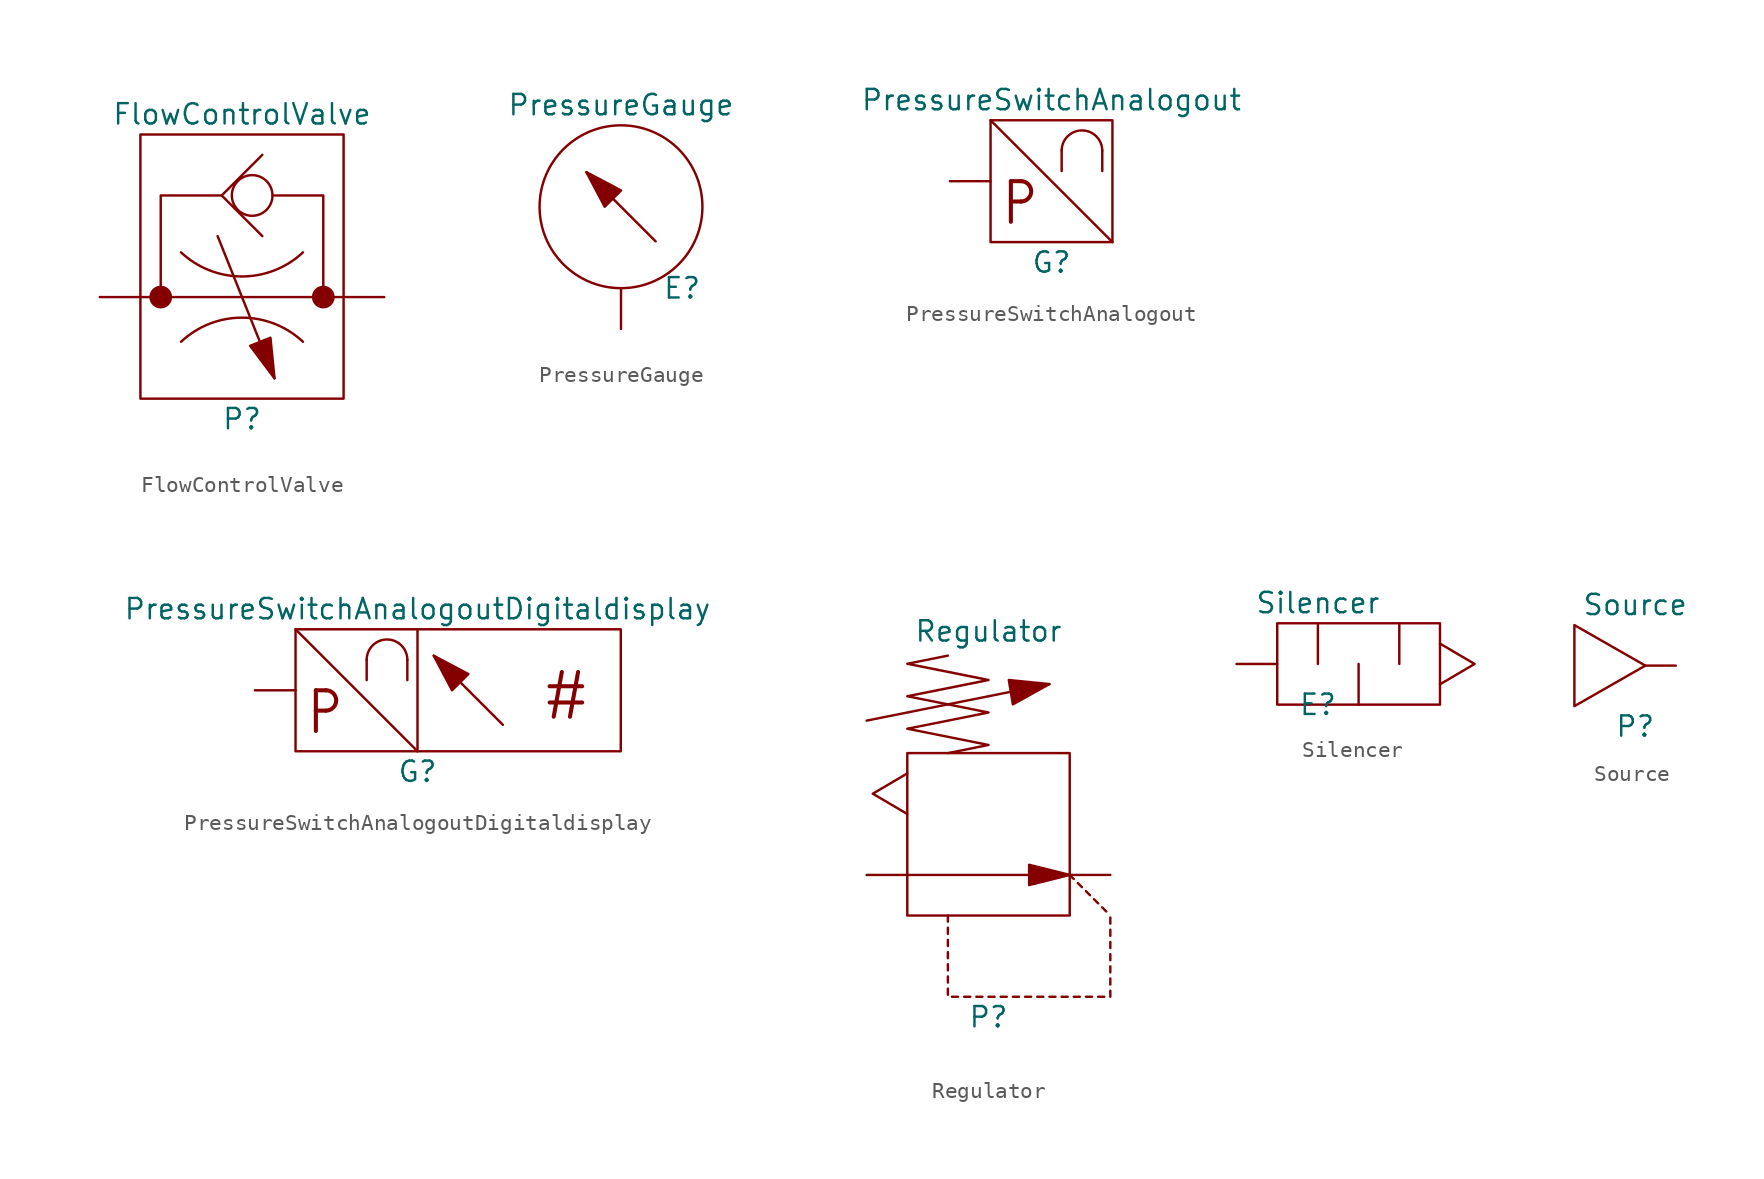
<source format=kicad_sym>
(kicad_symbol_lib
  (version 20220914)
  (generator kicad_symbol_editor)
  (symbol "FlowControlValve"
    (pin_names
      (offset 1.016))
    (property "Reference" "P"
      (at 0 -7.62 0)
      (effects (font (size 1.27 1.27))))
    (property "Value" "FlowControlValve"
      (at 0 11.43 0)
      (effects (font (size 1.27 1.27))))
    (symbol "FlowControlValve_0_1"
      (rectangle (start -6.35 -6.35) (end 6.35 10.16) (stroke (width 0) (type solid)) (fill (type none)))
      (circle (center -5.08 0) (radius 0.635) (stroke (width 0) (type solid)) (fill (type outline)))
      (arc (start -3.81 2.794) (mid 0 1.2873) (end 3.81 2.794) (stroke (width 0) (type solid)) (fill (type none)))
      (polyline (pts (xy -6.35 0) (xy 6.35 0)) (stroke (width 0) (type solid)) (fill (type outline)))
      (polyline (pts (xy -1.524 3.81) (xy 2.032 -5.08)) (stroke (width 0) (type solid)) (fill (type none)))
      (polyline (pts (xy -5.08 0) (xy -5.08 6.35) (xy -1.27 6.35)) (stroke (width 0) (type solid)) (fill (type none)))
      (polyline (pts (xy 1.27 8.89) (xy -1.27 6.35) (xy 1.27 3.81)) (stroke (width 0) (type solid)) (fill (type none)))
      (polyline (pts (xy 1.905 6.35) (xy 5.08 6.35) (xy 5.08 0)) (stroke (width 0) (type solid)) (fill (type none)))
      (polyline (pts (xy 2.032 -5.08) (xy 1.778 -2.54) (xy 0.508 -3.048) (xy 2.032 -5.08)) (stroke (width 0) (type solid)) (fill (type outline)))
      (circle (center 0.635 6.35) (radius 1.27) (stroke (width 0) (type solid)) (fill (type none)))
      (circle (center 5.08 0) (radius 0.635) (stroke (width 0) (type solid)) (fill (type outline))))
    (symbol "FlowControlValve_1_1"
      (arc (start 3.81 -2.794) (mid 0 -1.2873) (end -3.81 -2.794) (stroke (width 0) (type solid)) (fill (type none)))
      (pin passive line (at -8.89 0 0) (length 2.54) (name "~" (effects (font (size 1.27 1.27)))) (number "~" (effects (font (size 1.27 1.27)))))
      (pin passive line (at 8.89 0 180) (length 2.54) (name "~" (effects (font (size 1.27 1.27)))) (number "~" (effects (font (size 1.27 1.27)))))))
  (symbol "PressureGauge"
    (pin_names
      (offset 1.016))
    (property "Reference" "E"
      (at 3.81 -5.08 0)
      (effects (font (size 1.27 1.27))))
    (property "Value" "PressureGauge"
      (at 0 6.35 0)
      (effects (font (size 1.27 1.27))))
    (symbol "PressureGauge_0_1"
      (polyline (pts (xy -2.159 2.159) (xy 2.159 -2.159)) (stroke (width 0) (type solid)) (fill (type none)))
      (polyline (pts (xy -2.159 2.159) (xy 0 1.016) (xy -1.016 0) (xy -2.159 2.159)) (stroke (width 0) (type solid)) (fill (type outline)))
      (circle (center 0 0) (radius 5.08) (stroke (width 0) (type solid)) (fill (type none))))
    (symbol "PressureGauge_1_1"
      (pin input line (at 0 -7.62 90) (length 2.54) (name "~" (effects (font (size 1.27 1.27)))) (number "~" (effects (font (size 1.27 1.27)))))))
  (symbol "PressureSwitchAnalogout"
    (pin_names
      (offset 1.016))
    (property "Reference" "G"
      (at 0 -5.08 0)
      (effects (font (size 1.27 1.27))))
    (property "Value" "PressureSwitchAnalogout"
      (at 0 5.08 0)
      (effects (font (size 1.27 1.27))))
    (symbol "PressureSwitchAnalogout_0_0"
      (arc (start -1.905 -1.27) (mid -1.2727 -0.635) (end -1.905 0) (stroke (width 0.254) (type solid)) (fill (type none)))
      (polyline (pts (xy -2.54 -2.54) (xy -2.54 0)) (stroke (width 0.254) (type solid)) (fill (type none)))
      (polyline (pts (xy -2.54 -1.27) (xy -1.905 -1.27)) (stroke (width 0.254) (type solid)) (fill (type none)))
      (polyline (pts (xy -2.54 0) (xy -1.905 0)) (stroke (width 0.254) (type solid)) (fill (type none)))
      (polyline (pts (xy 0.635 1.905) (xy 0.635 0.635)) (stroke (width 0) (type solid)) (fill (type none)))
      (polyline (pts (xy 3.175 1.905) (xy 3.175 0.635)) (stroke (width 0) (type solid)) (fill (type none)))
      (arc (start 3.175 1.905) (mid 1.905 3.1695) (end 0.635 1.905) (stroke (width 0) (type solid)) (fill (type none))))
    (symbol "PressureSwitchAnalogout_0_1"
      (rectangle (start -3.81 3.81) (end 3.81 -3.81) (stroke (width 0) (type solid)) (fill (type none)))
      (polyline (pts (xy -3.81 3.81) (xy 3.81 -3.81)) (stroke (width 0) (type solid)) (fill (type none))))
    (symbol "PressureSwitchAnalogout_1_1"
      (pin input line (at -6.35 0 0) (length 2.54) (name "~" (effects (font (size 1.27 1.27)))) (number "~" (effects (font (size 1.27 1.27)))))))
  (symbol "PressureSwitchAnalogoutDigitaldisplay"
    (pin_names
      (offset 1.016))
    (property "Reference" "G"
      (at 0 -5.08 0)
      (effects (font (size 1.27 1.27))))
    (property "Value" "PressureSwitchAnalogoutDigitaldisplay"
      (at 0 5.08 0)
      (effects (font (size 1.27 1.27))))
    (symbol "PressureSwitchAnalogoutDigitaldisplay_0_0"
      (arc (start -5.715 -1.27) (mid -5.0827 -0.635) (end -5.715 0) (stroke (width 0.254) (type solid)) (fill (type none)))
      (arc (start -0.635 1.905) (mid -1.905 3.1695) (end -3.175 1.905) (stroke (width 0) (type solid)) (fill (type none)))
      (polyline (pts (xy -6.35 -2.54) (xy -6.35 0)) (stroke (width 0.254) (type solid)) (fill (type none)))
      (polyline (pts (xy -6.35 -1.27) (xy -5.715 -1.27)) (stroke (width 0.254) (type solid)) (fill (type none)))
      (polyline (pts (xy -6.35 0) (xy -5.715 0)) (stroke (width 0.254) (type solid)) (fill (type none)))
      (polyline (pts (xy -3.175 1.905) (xy -3.175 0.635)) (stroke (width 0) (type solid)) (fill (type none)))
      (polyline (pts (xy -0.635 1.905) (xy -0.635 0.635)) (stroke (width 0) (type solid)) (fill (type none)))
      (polyline (pts (xy 0 3.81) (xy 0 -3.81)) (stroke (width 0) (type solid)) (fill (type none)))
      (polyline (pts (xy 8.255 0.254) (xy 10.287 0.254)) (stroke (width 0.254) (type solid)) (fill (type none)))
      (polyline (pts (xy 10.033 1.143) (xy 9.525 -1.651)) (stroke (width 0.254) (type solid)) (fill (type none))))
    (symbol "PressureSwitchAnalogoutDigitaldisplay_0_1"
      (rectangle (start -7.62 3.81) (end 12.7 -3.81) (stroke (width 0) (type solid)) (fill (type none)))
      (polyline (pts (xy -7.62 3.81) (xy 0 -3.81)) (stroke (width 0) (type solid)) (fill (type none))))
    (symbol "PressureSwitchAnalogoutDigitaldisplay_1_1"
      (polyline (pts (xy 1.016 2.159) (xy 5.334 -2.159)) (stroke (width 0) (type solid)) (fill (type none)))
      (polyline (pts (xy 8.255 -0.762) (xy 10.287 -0.762)) (stroke (width 0.254) (type solid)) (fill (type none)))
      (polyline (pts (xy 9.017 1.143) (xy 8.509 -1.651)) (stroke (width 0.254) (type solid)) (fill (type none)))
      (polyline (pts (xy 1.016 2.159) (xy 3.175 1.016) (xy 2.159 0) (xy 1.016 2.159)) (stroke (width 0) (type solid)) (fill (type outline)))
      (pin input line (at -10.16 0 0) (length 2.54) (name "~" (effects (font (size 1.27 1.27)))) (number "~" (effects (font (size 1.27 1.27)))))))
  (symbol "Regulator"
    (pin_names
      (offset 1.016))
    (property "Reference" "P"
      (at 0 -8.89 0)
      (effects (font (size 1.27 1.27))))
    (property "Value" "Regulator"
      (at 0 15.24 0)
      (effects (font (size 1.27 1.27))))
    (symbol "Regulator_0_1"
      (rectangle (start -5.08 -2.54) (end 5.08 7.62) (stroke (width 0) (type solid)) (fill (type none)))
      (polyline (pts (xy -7.62 9.652) (xy 3.81 11.938)) (stroke (width 0) (type solid)) (fill (type none)))
      (polyline (pts (xy -5.08 0) (xy 5.08 0)) (stroke (width 0) (type solid)) (fill (type none)))
      (polyline (pts (xy -2.54 -7.112) (xy -2.54 -7.493)) (stroke (width 0) (type solid)) (fill (type none)))
      (polyline (pts (xy -2.54 -6.35) (xy -2.54 -6.731)) (stroke (width 0) (type solid)) (fill (type none)))
      (polyline (pts (xy -2.54 -5.588) (xy -2.54 -5.969)) (stroke (width 0) (type solid)) (fill (type none)))
      (polyline (pts (xy -2.54 -4.826) (xy -2.54 -5.207)) (stroke (width 0) (type solid)) (fill (type none)))
      (polyline (pts (xy -2.54 -4.064) (xy -2.54 -4.445)) (stroke (width 0) (type solid)) (fill (type none)))
      (polyline (pts (xy -2.54 -3.302) (xy -2.54 -3.683)) (stroke (width 0) (type solid)) (fill (type none)))
      (polyline (pts (xy -2.54 -2.54) (xy -2.54 -2.921)) (stroke (width 0) (type solid)) (fill (type none)))
      (polyline (pts (xy -2.286 -7.62) (xy -1.905 -7.62)) (stroke (width 0) (type solid)) (fill (type none)))
      (polyline (pts (xy -1.524 -7.62) (xy -1.143 -7.62)) (stroke (width 0) (type solid)) (fill (type none)))
      (polyline (pts (xy -0.762 -7.62) (xy -0.381 -7.62)) (stroke (width 0) (type solid)) (fill (type none)))
      (polyline (pts (xy 0 -7.62) (xy 0.381 -7.62)) (stroke (width 0) (type solid)) (fill (type none)))
      (polyline (pts (xy 0.762 -7.62) (xy 1.143 -7.62)) (stroke (width 0) (type solid)) (fill (type none)))
      (polyline (pts (xy 1.524 -7.62) (xy 1.905 -7.62)) (stroke (width 0) (type solid)) (fill (type none)))
      (polyline (pts (xy 2.286 -7.62) (xy 2.667 -7.62)) (stroke (width 0) (type solid)) (fill (type none)))
      (polyline (pts (xy 3.048 -7.62) (xy 3.429 -7.62)) (stroke (width 0) (type solid)) (fill (type none)))
      (polyline (pts (xy 3.81 -7.62) (xy 4.191 -7.62)) (stroke (width 0) (type solid)) (fill (type none)))
      (polyline (pts (xy 4.572 -7.62) (xy 4.953 -7.62)) (stroke (width 0) (type solid)) (fill (type none)))
      (polyline (pts (xy 5.334 -7.62) (xy 5.715 -7.62)) (stroke (width 0) (type solid)) (fill (type none)))
      (polyline (pts (xy 5.334 -0.254) (xy 5.08 0)) (stroke (width 0) (type solid)) (fill (type none)))
      (polyline (pts (xy 5.842 -0.762) (xy 5.588 -0.508)) (stroke (width 0) (type solid)) (fill (type none)))
      (polyline (pts (xy 6.096 -7.62) (xy 6.477 -7.62)) (stroke (width 0) (type solid)) (fill (type none)))
      (polyline (pts (xy 6.35 -1.27) (xy 6.096 -1.016)) (stroke (width 0) (type solid)) (fill (type none)))
      (polyline (pts (xy 6.858 -7.62) (xy 7.239 -7.62)) (stroke (width 0) (type solid)) (fill (type none)))
      (polyline (pts (xy 6.858 -1.778) (xy 6.604 -1.524)) (stroke (width 0) (type solid)) (fill (type none)))
      (polyline (pts (xy 7.366 -2.286) (xy 7.112 -2.032)) (stroke (width 0) (type solid)) (fill (type none)))
      (polyline (pts (xy 7.62 -7.62) (xy 7.62 -7.239)) (stroke (width 0) (type solid)) (fill (type none)))
      (polyline (pts (xy 7.62 -6.858) (xy 7.62 -6.477)) (stroke (width 0) (type solid)) (fill (type none)))
      (polyline (pts (xy 7.62 -6.096) (xy 7.62 -5.715)) (stroke (width 0) (type solid)) (fill (type none)))
      (polyline (pts (xy 7.62 -5.334) (xy 7.62 -4.953)) (stroke (width 0) (type solid)) (fill (type none)))
      (polyline (pts (xy 7.62 -4.572) (xy 7.62 -4.191)) (stroke (width 0) (type solid)) (fill (type none)))
      (polyline (pts (xy 7.62 -3.81) (xy 7.62 -3.429)) (stroke (width 0) (type solid)) (fill (type none)))
      (polyline (pts (xy 7.62 -3.048) (xy 7.62 -2.667)) (stroke (width 0) (type solid)) (fill (type none)))
      (polyline (pts (xy -5.08 6.35) (xy -7.239 5.08) (xy -5.08 3.81)) (stroke (width 0) (type solid)) (fill (type none)))
      (polyline (pts (xy 3.81 11.938) (xy 1.27 12.192) (xy 1.524 10.668) (xy 3.81 11.938)) (stroke (width 0) (type solid)) (fill (type outline)))
      (polyline (pts (xy 5.08 0) (xy 2.54 0.635) (xy 2.54 -0.635) (xy 5.08 0)) (stroke (width 0) (type solid)) (fill (type outline)))
      (polyline (pts (xy -2.54 7.62) (xy 0 8.128) (xy -5.08 9.144) (xy 0 10.16) (xy -5.08 11.176) (xy 0 12.192) (xy -5.08 13.208) (xy -2.54 13.716)) (stroke (width 0) (type solid)) (fill (type none))))
    (symbol "Regulator_1_1"
      (pin passive line (at -7.62 0 0) (length 2.54) (name "~" (effects (font (size 1.27 1.27)))) (number "~" (effects (font (size 1.27 1.27)))))
      (pin passive line (at 7.62 0 180) (length 2.54) (name "~" (effects (font (size 1.27 1.27)))) (number "~" (effects (font (size 1.27 1.27)))))))
  (symbol "Silencer"
    (pin_names
      (offset 1.016))
    (property "Reference" "E"
      (at -2.54 -2.54 0)
      (effects (font (size 1.27 1.27))))
    (property "Value" "Silencer"
      (at -2.54 3.81 0)
      (effects (font (size 1.27 1.27))))
    (symbol "Silencer_0_1"
      (rectangle (start -5.08 2.54) (end 5.08 -2.54) (stroke (width 0) (type solid)) (fill (type none)))
      (polyline (pts (xy -2.54 2.54) (xy -2.54 0)) (stroke (width 0) (type solid)) (fill (type none)))
      (polyline (pts (xy 0 0) (xy 0 -2.54)) (stroke (width 0) (type solid)) (fill (type none)))
      (polyline (pts (xy 2.54 2.54) (xy 2.54 0)) (stroke (width 0) (type solid)) (fill (type none))))
    (symbol "Silencer_1_1"
      (polyline (pts (xy 5.08 1.27) (xy 7.239 0) (xy 5.08 -1.27)) (stroke (width 0) (type solid)) (fill (type none)))
      (pin input line (at -7.62 0 0) (length 2.54) (name "~" (effects (font (size 1.27 1.27)))) (number "~" (effects (font (size 1.27 1.27)))))))
  (symbol "Source"
    (pin_numbers hide)
    (pin_names
      (offset 1.016) hide)
    (property "Reference" "P"
      (at 0 -3.81 0)
      (effects (font (size 1.27 1.27))))
    (property "Value" "Source"
      (at 0 3.81 0)
      (effects (font (size 1.27 1.27))))
    (symbol "Source_0_1"
      (polyline (pts (xy 0.635 0) (xy -3.81 2.54) (xy -3.81 -2.54) (xy 0.635 0)) (stroke (width 0) (type solid)) (fill (type none))))
    (symbol "Source_1_1"
      (pin passive line (at 2.54 0 180) (length 1.905) (name "~" (effects (font (size 1.27 1.27)))) (number "~" (effects (font (size 1.27 1.27))))))))
</source>
